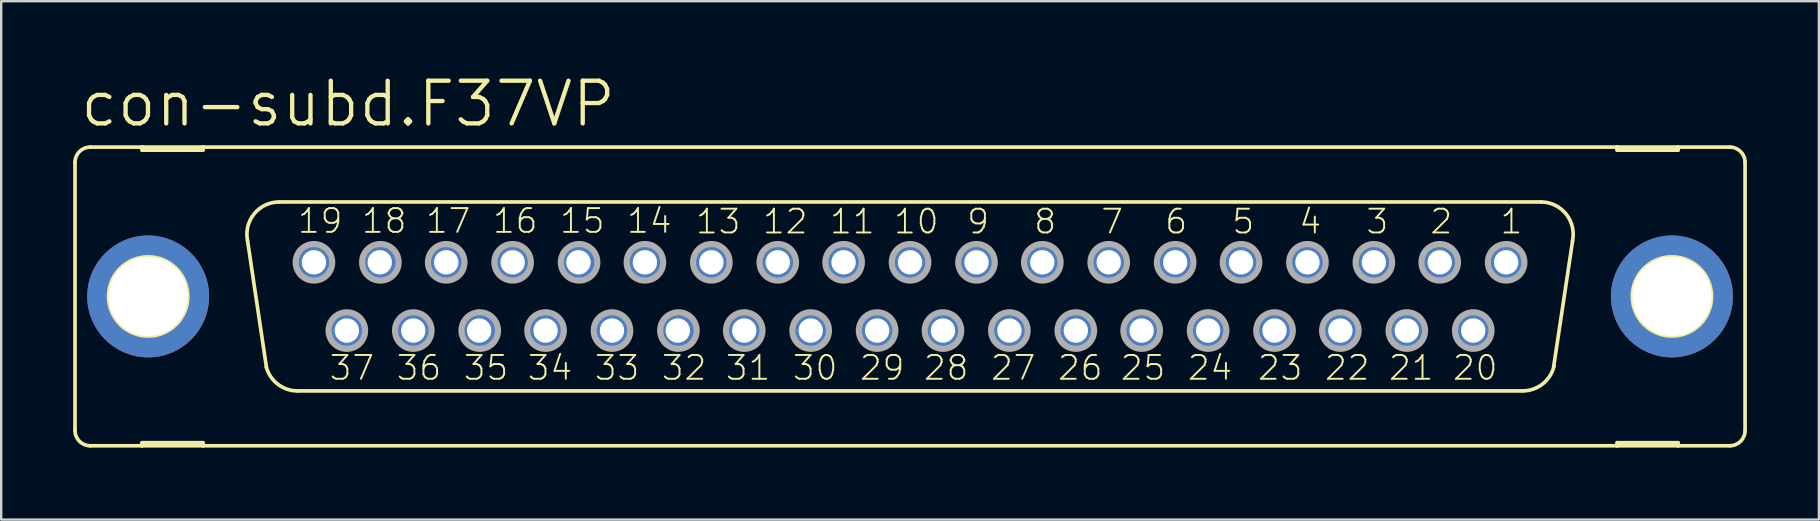
<source format=kicad_pcb>
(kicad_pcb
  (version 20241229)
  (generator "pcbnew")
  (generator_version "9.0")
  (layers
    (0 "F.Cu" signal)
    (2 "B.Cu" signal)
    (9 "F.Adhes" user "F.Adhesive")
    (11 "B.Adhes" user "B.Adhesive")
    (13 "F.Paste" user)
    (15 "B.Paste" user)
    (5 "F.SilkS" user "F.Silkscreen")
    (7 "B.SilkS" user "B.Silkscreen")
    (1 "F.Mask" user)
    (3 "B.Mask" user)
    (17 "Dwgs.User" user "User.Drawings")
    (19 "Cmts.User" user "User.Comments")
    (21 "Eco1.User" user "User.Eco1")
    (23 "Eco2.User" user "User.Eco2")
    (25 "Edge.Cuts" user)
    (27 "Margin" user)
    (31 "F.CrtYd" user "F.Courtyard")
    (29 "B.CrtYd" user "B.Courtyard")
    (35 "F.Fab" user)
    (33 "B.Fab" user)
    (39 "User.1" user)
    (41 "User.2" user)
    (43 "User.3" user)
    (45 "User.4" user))
  (footprint "con-subd.F37VP"
    (layer "F.Cu")
    (at 34.874 9.303)
    (property "Reference" "con-subd.F37VP" (at -34.671 -6.985 0) (layer "F.SilkS") (effects (font (size 1.778 1.778) (thickness 0.18)) (justify left bottom)))
    (attr through_hole)
    (fp_line (start -34.798 -5.588) (end -34.798 5.588) (stroke (width 0.152) (type default)) (layer "F.SilkS"))
    (fp_line (start -34.163 6.223) (end -32.004 6.223) (stroke (width 0.152) (type default)) (layer "F.SilkS"))
    (fp_line (start -32.004 -6.223) (end -34.163 -6.223) (stroke (width 0.152) (type default)) (layer "F.SilkS"))
    (fp_line (start -32.004 -6.223) (end -32.004 -6.096) (stroke (width 0.152) (type default)) (layer "F.SilkS"))
    (fp_line (start -32.004 -6.096) (end -29.464 -6.096) (stroke (width 0.152) (type default)) (layer "F.SilkS"))
    (fp_line (start -32.004 6.096) (end -29.464 6.096) (stroke (width 0.152) (type default)) (layer "F.SilkS"))
    (fp_line (start -32.004 6.223) (end -32.004 6.096) (stroke (width 0.152) (type default)) (layer "F.SilkS"))
    (fp_line (start -32.004 6.223) (end -29.464 6.223) (stroke (width 0.152) (type default)) (layer "F.SilkS"))
    (fp_line (start -29.464 -6.223) (end -32.004 -6.223) (stroke (width 0.152) (type default)) (layer "F.SilkS"))
    (fp_line (start -29.464 -6.096) (end -29.464 -6.223) (stroke (width 0.152) (type default)) (layer "F.SilkS"))
    (fp_line (start -29.464 6.096) (end -29.464 6.223) (stroke (width 0.152) (type default)) (layer "F.SilkS"))
    (fp_line (start -29.464 6.223) (end 29.464 6.223) (stroke (width 0.152) (type default)) (layer "F.SilkS"))
    (fp_line (start -26.822 2.946) (end -27.61 -2.337) (stroke (width 0.152) (type default)) (layer "F.SilkS"))
    (fp_line (start -26.289 -3.937) (end 26.289 -3.937) (stroke (width 0.152) (type default)) (layer "F.SilkS"))
    (fp_line (start -25.527 3.937) (end 25.527 3.937) (stroke (width 0.152) (type default)) (layer "F.SilkS"))
    (fp_line (start 27.61 -2.311) (end 26.822 2.921) (stroke (width 0.152) (type default)) (layer "F.SilkS"))
    (fp_line (start 29.464 -6.223) (end -29.464 -6.223) (stroke (width 0.152) (type default)) (layer "F.SilkS"))
    (fp_line (start 29.464 -6.223) (end 29.464 -6.096) (stroke (width 0.152) (type default)) (layer "F.SilkS"))
    (fp_line (start 29.464 -6.096) (end 32.004 -6.096) (stroke (width 0.152) (type default)) (layer "F.SilkS"))
    (fp_line (start 29.464 6.096) (end 32.004 6.096) (stroke (width 0.152) (type default)) (layer "F.SilkS"))
    (fp_line (start 29.464 6.223) (end 29.464 6.096) (stroke (width 0.152) (type default)) (layer "F.SilkS"))
    (fp_line (start 29.464 6.223) (end 32.004 6.223) (stroke (width 0.152) (type default)) (layer "F.SilkS"))
    (fp_line (start 32.004 -6.223) (end 29.464 -6.223) (stroke (width 0.152) (type default)) (layer "F.SilkS"))
    (fp_line (start 32.004 -6.096) (end 32.004 -6.223) (stroke (width 0.152) (type default)) (layer "F.SilkS"))
    (fp_line (start 32.004 6.096) (end 32.004 6.223) (stroke (width 0.152) (type default)) (layer "F.SilkS"))
    (fp_line (start 32.004 6.223) (end 34.163 6.223) (stroke (width 0.152) (type default)) (layer "F.SilkS"))
    (fp_line (start 34.163 -6.223) (end 32.004 -6.223) (stroke (width 0.152) (type default)) (layer "F.SilkS"))
    (fp_line (start 34.798 -5.588) (end 34.798 5.588) (stroke (width 0.152) (type default)) (layer "F.SilkS"))
    (fp_arc (start -34.798 -5.588) (mid -34.612013 -6.037013) (end -34.163 -6.223) (stroke (width 0.1524) (type default)) (layer "F.SilkS"))
    (fp_arc (start -34.163 6.223) (mid -34.612013 6.037013) (end -34.798 5.588) (stroke (width 0.1524) (type default)) (layer "F.SilkS"))
    (fp_arc (start -27.6091 -2.3268) (mid -27.330082 -3.444284) (end -26.289 -3.937) (stroke (width 0.1524) (type default)) (layer "F.SilkS"))
    (fp_arc (start -25.527 3.937) (mid -26.3505 3.655746) (end -26.8299 2.9295) (stroke (width 0.1524) (type default)) (layer "F.SilkS"))
    (fp_arc (start 26.289 -3.937) (mid 27.337556 -3.435184) (end 27.6045 -2.3038) (stroke (width 0.1524) (type default)) (layer "F.SilkS"))
    (fp_arc (start 26.8357 2.905) (mid 26.360256 3.647874) (end 25.527 3.937) (stroke (width 0.1524) (type default)) (layer "F.SilkS"))
    (fp_arc (start 34.163 -6.223) (mid 34.612013 -6.037013) (end 34.798 -5.588) (stroke (width 0.1524) (type default)) (layer "F.SilkS"))
    (fp_arc (start 34.798 5.588) (mid 34.612013 6.037013) (end 34.163 6.223) (stroke (width 0.1524) (type default)) (layer "F.SilkS"))
    (fp_circle (center -31.75 0) (end -30.099 0) (stroke (width 0.152) (type default)) (fill no) (layer "F.SilkS"))
    (fp_circle (center 31.75 0) (end 33.401 0) (stroke (width 0.152) (type default)) (fill no) (layer "F.SilkS"))
    (fp_circle (center -24.841 -1.422) (end -24.079 -1.422) (stroke (width 0.254) (type default)) (fill no) (layer "F.Fab"))
    (fp_circle (center -23.47 1.422) (end -22.708 1.422) (stroke (width 0.254) (type default)) (fill no) (layer "F.Fab"))
    (fp_circle (center -22.073 -1.422) (end -21.311 -1.422) (stroke (width 0.254) (type default)) (fill no) (layer "F.Fab"))
    (fp_circle (center -20.701 1.422) (end -19.939 1.422) (stroke (width 0.254) (type default)) (fill no) (layer "F.Fab"))
    (fp_circle (center -19.329 -1.422) (end -18.567 -1.422) (stroke (width 0.254) (type default)) (fill no) (layer "F.Fab"))
    (fp_circle (center -17.932 1.422) (end -17.17 1.422) (stroke (width 0.254) (type default)) (fill no) (layer "F.Fab"))
    (fp_circle (center -16.561 -1.422) (end -15.799 -1.422) (stroke (width 0.254) (type default)) (fill no) (layer "F.Fab"))
    (fp_circle (center -15.189 1.422) (end -14.427 1.422) (stroke (width 0.254) (type default)) (fill no) (layer "F.Fab"))
    (fp_circle (center -13.792 -1.422) (end -13.03 -1.422) (stroke (width 0.254) (type default)) (fill no) (layer "F.Fab"))
    (fp_circle (center -12.421 1.422) (end -11.659 1.422) (stroke (width 0.254) (type default)) (fill no) (layer "F.Fab"))
    (fp_circle (center -11.049 -1.422) (end -10.287 -1.422) (stroke (width 0.254) (type default)) (fill no) (layer "F.Fab"))
    (fp_circle (center -9.652 1.422) (end -8.89 1.422) (stroke (width 0.254) (type default)) (fill no) (layer "F.Fab"))
    (fp_circle (center -8.28 -1.422) (end -7.518 -1.422) (stroke (width 0.254) (type default)) (fill no) (layer "F.Fab"))
    (fp_circle (center -6.909 1.422) (end -6.147 1.422) (stroke (width 0.254) (type default)) (fill no) (layer "F.Fab"))
    (fp_circle (center -5.512 -1.422) (end -4.75 -1.422) (stroke (width 0.254) (type default)) (fill no) (layer "F.Fab"))
    (fp_circle (center -4.14 1.422) (end -3.378 1.422) (stroke (width 0.254) (type default)) (fill no) (layer "F.Fab"))
    (fp_circle (center -2.769 -1.422) (end -2.007 -1.422) (stroke (width 0.254) (type default)) (fill no) (layer "F.Fab"))
    (fp_circle (center -1.372 1.422) (end -0.61 1.422) (stroke (width 0.254) (type default)) (fill no) (layer "F.Fab"))
    (fp_circle (center 0 -1.422) (end 0.762 -1.422) (stroke (width 0.254) (type default)) (fill no) (layer "F.Fab"))
    (fp_circle (center 1.372 1.422) (end 2.134 1.422) (stroke (width 0.254) (type default)) (fill no) (layer "F.Fab"))
    (fp_circle (center 2.769 -1.422) (end 3.531 -1.422) (stroke (width 0.254) (type default)) (fill no) (layer "F.Fab"))
    (fp_circle (center 4.14 1.422) (end 4.902 1.422) (stroke (width 0.254) (type default)) (fill no) (layer "F.Fab"))
    (fp_circle (center 5.512 -1.422) (end 6.274 -1.422) (stroke (width 0.254) (type default)) (fill no) (layer "F.Fab"))
    (fp_circle (center 6.909 1.422) (end 7.671 1.422) (stroke (width 0.254) (type default)) (fill no) (layer "F.Fab"))
    (fp_circle (center 8.28 -1.422) (end 9.042 -1.422) (stroke (width 0.254) (type default)) (fill no) (layer "F.Fab"))
    (fp_circle (center 9.652 1.422) (end 10.414 1.422) (stroke (width 0.254) (type default)) (fill no) (layer "F.Fab"))
    (fp_circle (center 11.049 -1.422) (end 11.811 -1.422) (stroke (width 0.254) (type default)) (fill no) (layer "F.Fab"))
    (fp_circle (center 12.421 1.422) (end 13.183 1.422) (stroke (width 0.254) (type default)) (fill no) (layer "F.Fab"))
    (fp_circle (center 13.792 -1.422) (end 14.554 -1.422) (stroke (width 0.254) (type default)) (fill no) (layer "F.Fab"))
    (fp_circle (center 15.189 1.422) (end 15.951 1.422) (stroke (width 0.254) (type default)) (fill no) (layer "F.Fab"))
    (fp_circle (center 16.561 -1.422) (end 17.323 -1.422) (stroke (width 0.254) (type default)) (fill no) (layer "F.Fab"))
    (fp_circle (center 17.932 1.422) (end 18.694 1.422) (stroke (width 0.254) (type default)) (fill no) (layer "F.Fab"))
    (fp_circle (center 19.329 -1.422) (end 20.091 -1.422) (stroke (width 0.254) (type default)) (fill no) (layer "F.Fab"))
    (fp_circle (center 20.701 1.422) (end 21.463 1.422) (stroke (width 0.254) (type default)) (fill no) (layer "F.Fab"))
    (fp_circle (center 22.073 -1.422) (end 22.835 -1.422) (stroke (width 0.254) (type default)) (fill no) (layer "F.Fab"))
    (fp_circle (center 23.47 1.422) (end 24.232 1.422) (stroke (width 0.254) (type default)) (fill no) (layer "F.Fab"))
    (fp_circle (center 24.841 -1.422) (end 25.603 -1.422) (stroke (width 0.254) (type default)) (fill no) (layer "F.Fab"))
    (fp_text user "9" (at 2.311 -2.54 0) (layer "F.SilkS") (effects (font (size 0.991 0.991) (thickness 0.08)) (justify left bottom)))
    (fp_text user "36" (at -21.463 3.556 0) (layer "F.SilkS") (effects (font (size 0.991 0.991) (thickness 0.08)) (justify left bottom)))
    (fp_text user "18" (at -22.911 -2.565 0) (layer "F.SilkS") (effects (font (size 0.991 0.991) (thickness 0.08)) (justify left bottom)))
    (fp_text user "27" (at 3.302 3.556 0) (layer "F.SilkS") (effects (font (size 0.991 0.991) (thickness 0.08)) (justify left bottom)))
    (fp_text user "35" (at -18.669 3.556 0) (layer "F.SilkS") (effects (font (size 0.991 0.991) (thickness 0.08)) (justify left bottom)))
    (fp_text user "2" (at 21.615 -2.54 0) (layer "F.SilkS") (effects (font (size 0.991 0.991) (thickness 0.08)) (justify left bottom)))
    (fp_text user "5" (at 13.36 -2.54 0) (layer "F.SilkS") (effects (font (size 0.991 0.991) (thickness 0.08)) (justify left bottom)))
    (fp_text user "25" (at 8.712 3.556 0) (layer "F.SilkS") (effects (font (size 0.991 0.991) (thickness 0.08)) (justify left bottom)))
    (fp_text user "22" (at 17.221 3.556 0) (layer "F.SilkS") (effects (font (size 0.991 0.991) (thickness 0.08)) (justify left bottom)))
    (fp_text user "29" (at -2.159 3.556 0) (layer "F.SilkS") (effects (font (size 0.991 0.991) (thickness 0.08)) (justify left bottom)))
    (fp_text user "12" (at -6.198 -2.54 0) (layer "F.SilkS") (effects (font (size 0.991 0.991) (thickness 0.08)) (justify left bottom)))
    (fp_text user "26" (at 6.096 3.556 0) (layer "F.SilkS") (effects (font (size 0.991 0.991) (thickness 0.08)) (justify left bottom)))
    (fp_text user "23" (at 14.427 3.556 0) (layer "F.SilkS") (effects (font (size 0.991 0.991) (thickness 0.08)) (justify left bottom)))
    (fp_text user "16" (at -17.45 -2.565 0) (layer "F.SilkS") (effects (font (size 0.991 0.991) (thickness 0.08)) (justify left bottom)))
    (fp_text user "19" (at -25.578 -2.565 0) (layer "F.SilkS") (effects (font (size 0.991 0.991) (thickness 0.08)) (justify left bottom)))
    (fp_text user "24" (at 11.506 3.556 0) (layer "F.SilkS") (effects (font (size 0.991 0.991) (thickness 0.08)) (justify left bottom)))
    (fp_text user "6" (at 10.566 -2.54 0) (layer "F.SilkS") (effects (font (size 0.991 0.991) (thickness 0.08)) (justify left bottom)))
    (fp_text user "20" (at 22.555 3.556 0) (layer "F.SilkS") (effects (font (size 0.991 0.991) (thickness 0.08)) (justify left bottom)))
    (fp_text user "32" (at -10.414 3.556 0) (layer "F.SilkS") (effects (font (size 0.991 0.991) (thickness 0.08)) (justify left bottom)))
    (fp_text user "30" (at -4.953 3.556 0) (layer "F.SilkS") (effects (font (size 0.991 0.991) (thickness 0.08)) (justify left bottom)))
    (fp_text user "34" (at -16.002 3.556 0) (layer "F.SilkS") (effects (font (size 0.991 0.991) (thickness 0.08)) (justify left bottom)))
    (fp_text user "10" (at -0.737 -2.54 0) (layer "F.SilkS") (effects (font (size 0.991 0.991) (thickness 0.08)) (justify left bottom)))
    (fp_text user "7" (at 7.899 -2.54 0) (layer "F.SilkS") (effects (font (size 0.991 0.991) (thickness 0.08)) (justify left bottom)))
    (fp_text user "33" (at -13.208 3.556 0) (layer "F.SilkS") (effects (font (size 0.991 0.991) (thickness 0.08)) (justify left bottom)))
    (fp_text user "15" (at -14.656 -2.565 0) (layer "F.SilkS") (effects (font (size 0.991 0.991) (thickness 0.08)) (justify left bottom)))
    (fp_text user "1" (at 24.536 -2.54 0) (layer "F.SilkS") (effects (font (size 0.991 0.991) (thickness 0.08)) (justify left bottom)))
    (fp_text user "4" (at 16.154 -2.54 0) (layer "F.SilkS") (effects (font (size 0.991 0.991) (thickness 0.08)) (justify left bottom)))
    (fp_text user "17" (at -20.244 -2.565 0) (layer "F.SilkS") (effects (font (size 0.991 0.991) (thickness 0.08)) (justify left bottom)))
    (fp_text user "13" (at -8.992 -2.54 0) (layer "F.SilkS") (effects (font (size 0.991 0.991) (thickness 0.08)) (justify left bottom)))
    (fp_text user "28" (at 0.508 3.556 0) (layer "F.SilkS") (effects (font (size 0.991 0.991) (thickness 0.08)) (justify left bottom)))
    (fp_text user "37" (at -24.257 3.556 0) (layer "F.SilkS") (effects (font (size 0.991 0.991) (thickness 0.08)) (justify left bottom)))
    (fp_text user "21" (at 19.888 3.556 0) (layer "F.SilkS") (effects (font (size 0.991 0.991) (thickness 0.08)) (justify left bottom)))
    (fp_text user "3" (at 18.948 -2.54 0) (layer "F.SilkS") (effects (font (size 0.991 0.991) (thickness 0.08)) (justify left bottom)))
    (fp_text user "31" (at -7.747 3.556 0) (layer "F.SilkS") (effects (font (size 0.991 0.991) (thickness 0.08)) (justify left bottom)))
    (fp_text user "14" (at -11.862 -2.565 0) (layer "F.SilkS") (effects (font (size 0.991 0.991) (thickness 0.08)) (justify left bottom)))
    (fp_text user "11" (at -3.404 -2.54 0) (layer "F.SilkS") (effects (font (size 0.991 0.991) (thickness 0.08)) (justify left bottom)))
    (fp_text user "8" (at 5.105 -2.54 0) (layer "F.SilkS") (effects (font (size 0.991 0.991) (thickness 0.08)) (justify left bottom)))
    (pad "1" thru_hole circle (at 24.841 -1.422) (size 1.524 1.524) (drill 1.016) (layers "*.Cu" "*.Mask"))
    (pad "2" thru_hole circle (at 22.073 -1.422) (size 1.524 1.524) (drill 1.016) (layers "*.Cu" "*.Mask"))
    (pad "3" thru_hole circle (at 19.329 -1.422) (size 1.524 1.524) (drill 1.016) (layers "*.Cu" "*.Mask"))
    (pad "4" thru_hole circle (at 16.561 -1.422) (size 1.524 1.524) (drill 1.016) (layers "*.Cu" "*.Mask"))
    (pad "5" thru_hole circle (at 13.792 -1.422) (size 1.524 1.524) (drill 1.016) (layers "*.Cu" "*.Mask"))
    (pad "6" thru_hole circle (at 11.049 -1.422) (size 1.524 1.524) (drill 1.016) (layers "*.Cu" "*.Mask"))
    (pad "7" thru_hole circle (at 8.28 -1.422) (size 1.524 1.524) (drill 1.016) (layers "*.Cu" "*.Mask"))
    (pad "8" thru_hole circle (at 5.512 -1.422) (size 1.524 1.524) (drill 1.016) (layers "*.Cu" "*.Mask"))
    (pad "9" thru_hole circle (at 2.769 -1.422) (size 1.524 1.524) (drill 1.016) (layers "*.Cu" "*.Mask"))
    (pad "10" thru_hole circle (at 0 -1.422) (size 1.524 1.524) (drill 1.016) (layers "*.Cu" "*.Mask"))
    (pad "11" thru_hole circle (at -2.769 -1.422) (size 1.524 1.524) (drill 1.016) (layers "*.Cu" "*.Mask"))
    (pad "12" thru_hole circle (at -5.512 -1.422) (size 1.524 1.524) (drill 1.016) (layers "*.Cu" "*.Mask"))
    (pad "13" thru_hole circle (at -8.28 -1.422) (size 1.524 1.524) (drill 1.016) (layers "*.Cu" "*.Mask"))
    (pad "14" thru_hole circle (at -11.049 -1.422) (size 1.524 1.524) (drill 1.016) (layers "*.Cu" "*.Mask"))
    (pad "15" thru_hole circle (at -13.818 -1.422) (size 1.524 1.524) (drill 1.016) (layers "*.Cu" "*.Mask"))
    (pad "16" thru_hole circle (at -16.561 -1.422) (size 1.524 1.524) (drill 1.016) (layers "*.Cu" "*.Mask"))
    (pad "17" thru_hole circle (at -19.329 -1.422) (size 1.524 1.524) (drill 1.016) (layers "*.Cu" "*.Mask"))
    (pad "18" thru_hole circle (at -22.098 -1.422) (size 1.524 1.524) (drill 1.016) (layers "*.Cu" "*.Mask"))
    (pad "19" thru_hole circle (at -24.841 -1.422) (size 1.524 1.524) (drill 1.016) (layers "*.Cu" "*.Mask"))
    (pad "20" thru_hole circle (at 23.47 1.422) (size 1.524 1.524) (drill 1.016) (layers "*.Cu" "*.Mask"))
    (pad "21" thru_hole circle (at 20.701 1.422) (size 1.524 1.524) (drill 1.016) (layers "*.Cu" "*.Mask"))
    (pad "22" thru_hole circle (at 17.932 1.422) (size 1.524 1.524) (drill 1.016) (layers "*.Cu" "*.Mask"))
    (pad "23" thru_hole circle (at 15.189 1.422) (size 1.524 1.524) (drill 1.016) (layers "*.Cu" "*.Mask"))
    (pad "24" thru_hole circle (at 12.421 1.422) (size 1.524 1.524) (drill 1.016) (layers "*.Cu" "*.Mask"))
    (pad "25" thru_hole circle (at 9.652 1.422) (size 1.524 1.524) (drill 1.016) (layers "*.Cu" "*.Mask"))
    (pad "26" thru_hole circle (at 6.909 1.422) (size 1.524 1.524) (drill 1.016) (layers "*.Cu" "*.Mask"))
    (pad "27" thru_hole circle (at 4.14 1.422) (size 1.524 1.524) (drill 1.016) (layers "*.Cu" "*.Mask"))
    (pad "28" thru_hole circle (at 1.372 1.422) (size 1.524 1.524) (drill 1.016) (layers "*.Cu" "*.Mask"))
    (pad "29" thru_hole circle (at -1.372 1.422) (size 1.524 1.524) (drill 1.016) (layers "*.Cu" "*.Mask"))
    (pad "30" thru_hole circle (at -4.14 1.422) (size 1.524 1.524) (drill 1.016) (layers "*.Cu" "*.Mask"))
    (pad "31" thru_hole circle (at -6.909 1.422) (size 1.524 1.524) (drill 1.016) (layers "*.Cu" "*.Mask"))
    (pad "32" thru_hole circle (at -9.677 1.422) (size 1.524 1.524) (drill 1.016) (layers "*.Cu" "*.Mask"))
    (pad "33" thru_hole circle (at -12.421 1.422) (size 1.524 1.524) (drill 1.016) (layers "*.Cu" "*.Mask"))
    (pad "34" thru_hole circle (at -15.189 1.422) (size 1.524 1.524) (drill 1.016) (layers "*.Cu" "*.Mask"))
    (pad "35" thru_hole circle (at -17.958 1.422) (size 1.524 1.524) (drill 1.016) (layers "*.Cu" "*.Mask"))
    (pad "36" thru_hole circle (at -20.701 1.422) (size 1.524 1.524) (drill 1.016) (layers "*.Cu" "*.Mask"))
    (pad "37" thru_hole circle (at -23.47 1.422) (size 1.524 1.524) (drill 1.016) (layers "*.Cu" "*.Mask"))
    (pad "G1" thru_hole circle (at -31.75 0) (size 5.08 5.08) (drill 3.302) (layers "*.Cu" "*.Mask"))
    (pad "G2" thru_hole circle (at 31.75 0) (size 5.08 5.08) (drill 3.302) (layers "*.Cu" "*.Mask")))
  (gr_rect
    (start -3 -3)
    (end 72.748 18.602)
    (stroke (width 0.1) (type default))
    (fill no)
    (layer "Edge.Cuts")))
</source>
